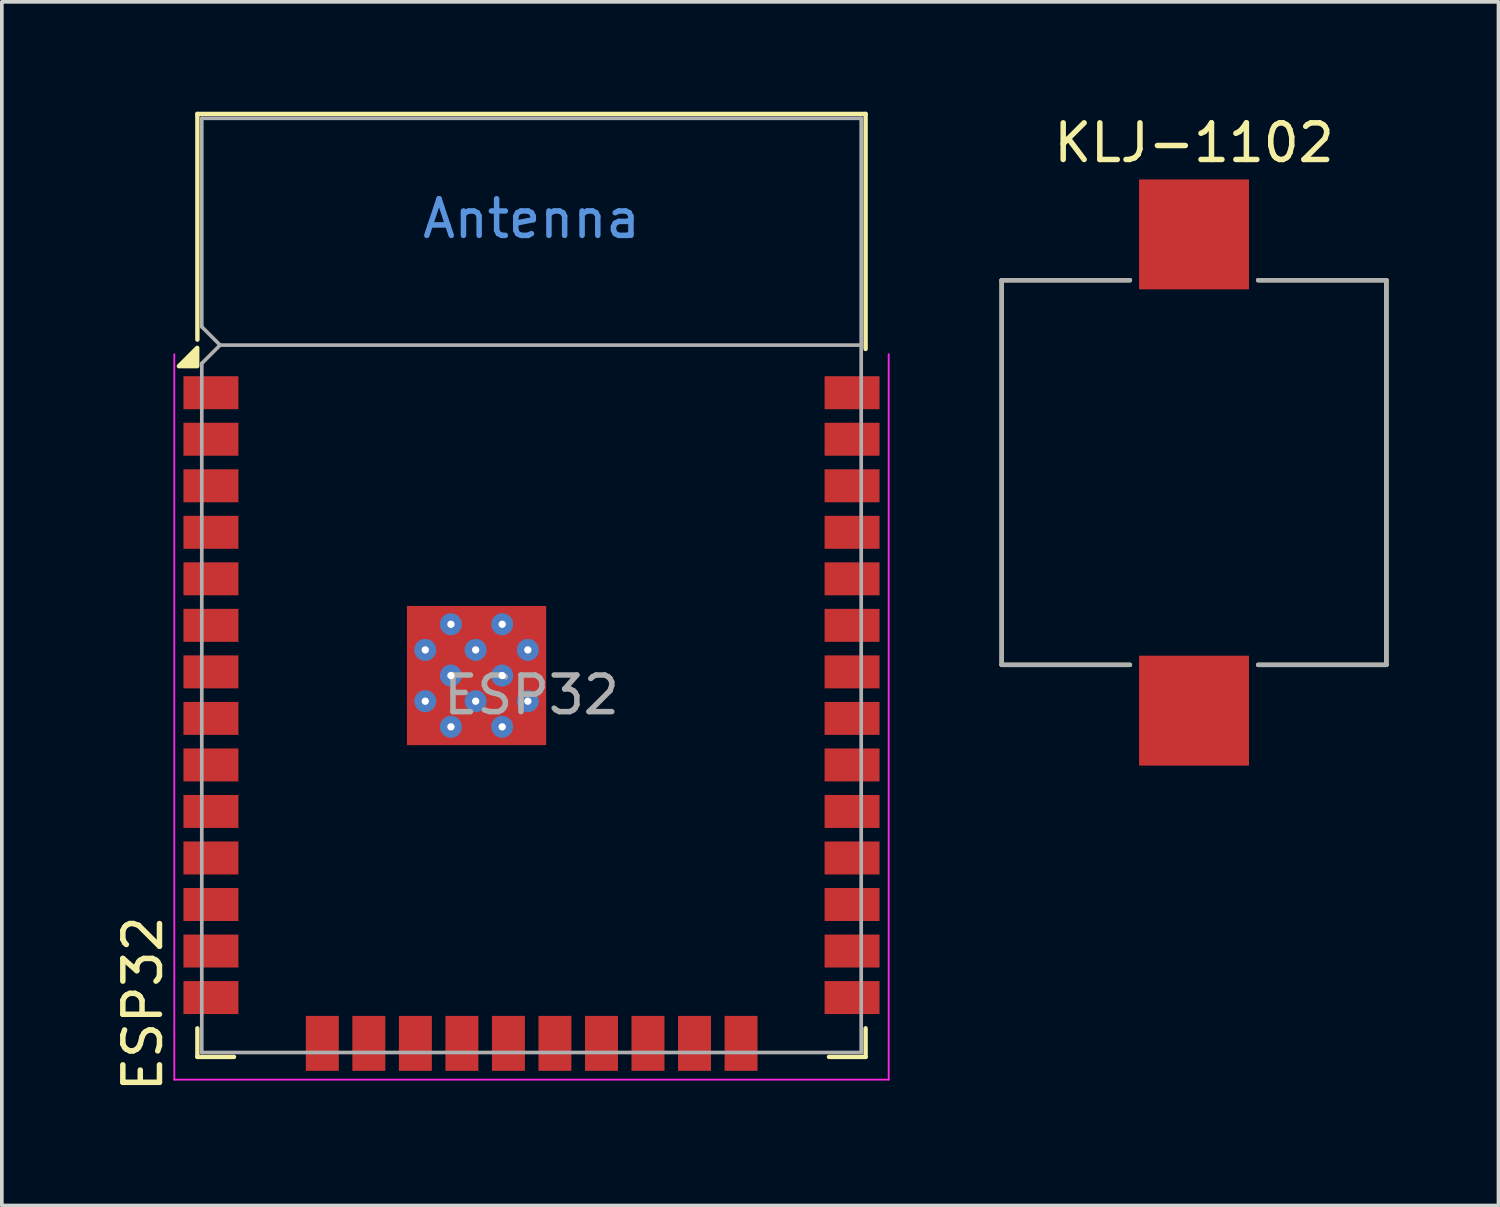
<source format=kicad_pcb>
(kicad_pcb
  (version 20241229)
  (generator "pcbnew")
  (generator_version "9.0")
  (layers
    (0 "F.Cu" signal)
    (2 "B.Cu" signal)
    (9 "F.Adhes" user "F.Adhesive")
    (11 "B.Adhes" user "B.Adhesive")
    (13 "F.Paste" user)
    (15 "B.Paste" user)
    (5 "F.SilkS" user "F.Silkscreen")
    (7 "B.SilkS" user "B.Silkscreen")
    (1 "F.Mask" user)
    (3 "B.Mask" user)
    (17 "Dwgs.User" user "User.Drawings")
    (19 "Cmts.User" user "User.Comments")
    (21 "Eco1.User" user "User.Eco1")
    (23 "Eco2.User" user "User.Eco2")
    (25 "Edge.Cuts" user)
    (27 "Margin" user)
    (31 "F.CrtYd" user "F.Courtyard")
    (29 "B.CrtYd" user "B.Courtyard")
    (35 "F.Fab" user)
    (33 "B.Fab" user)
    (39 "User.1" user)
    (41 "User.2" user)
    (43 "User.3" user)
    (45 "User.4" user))
  (footprint "ESP32"
    (layer "F.Cu")
    (at 11.458 15.92)
    (property "Reference" "ESP32" (at -10.61 8.43 90) (layer "F.SilkS") (effects (font (size 1 1) (thickness 0.15))))
    (attr smd)
    (fp_line (start -9.12 -15.86) (end -9.12 -9.7) (stroke (width 0.12) (type solid)) (layer "F.SilkS"))
    (fp_line (start -9.12 -15.86) (end 9.12 -15.86) (stroke (width 0.12) (type solid)) (layer "F.SilkS"))
    (fp_line (start -9.12 9.1) (end -9.12 9.88) (stroke (width 0.12) (type solid)) (layer "F.SilkS"))
    (fp_line (start -9.12 9.88) (end -8.12 9.88) (stroke (width 0.12) (type solid)) (layer "F.SilkS"))
    (fp_line (start 9.12 -15.86) (end 9.12 -9.445) (stroke (width 0.12) (type solid)) (layer "F.SilkS"))
    (fp_line (start 9.12 9.1) (end 9.12 9.88) (stroke (width 0.12) (type solid)) (layer "F.SilkS"))
    (fp_line (start 9.12 9.88) (end 8.12 9.88) (stroke (width 0.12) (type solid)) (layer "F.SilkS"))
    (fp_poly (pts (xy -9.125 -8.975) (xy -9.625 -8.975) (xy -9.125 -9.475) (xy -9.125 -8.975)) (stroke (width 0.12) (type solid)) (fill yes) (layer "F.SilkS"))
    (fp_line (start -9.75 10.5) (end -9.75 -9.3) (stroke (width 0.05) (type solid)) (layer "F.CrtYd"))
    (fp_line (start -9.75 10.5) (end 9.75 10.5) (stroke (width 0.05) (type solid)) (layer "F.CrtYd"))
    (fp_line (start 9.75 -9.3) (end 9.75 10.5) (stroke (width 0.05) (type solid)) (layer "F.CrtYd"))
    (fp_line (start -9 -15.74) (end -9 -10.05) (stroke (width 0.1) (type solid)) (layer "F.Fab"))
    (fp_line (start -9 -15.74) (end 9 -15.74) (stroke (width 0.1) (type solid)) (layer "F.Fab"))
    (fp_line (start -9 -9.05) (end -9 9.76) (stroke (width 0.1) (type solid)) (layer "F.Fab"))
    (fp_line (start -9 -9.05) (end -8.5 -9.55) (stroke (width 0.1) (type solid)) (layer "F.Fab"))
    (fp_line (start -9 9.76) (end 9 9.76) (stroke (width 0.1) (type solid)) (layer "F.Fab"))
    (fp_line (start -8.5 -9.55) (end -9 -10.05) (stroke (width 0.1) (type solid)) (layer "F.Fab"))
    (fp_line (start -8.5 -9.55) (end 9 -9.55) (stroke (width 0.1) (type solid)) (layer "F.Fab"))
    (fp_line (start 9 9.76) (end 9 -15.74) (stroke (width 0.1) (type solid)) (layer "F.Fab"))
    (fp_text user "Antenna" (at 0 -13 0) (layer "Cmts.User") (effects (font (size 1 1) (thickness 0.15))))
    (fp_text user "${REFERENCE}" (at 0 0 0) (layer "F.Fab") (effects (font (size 1 1) (thickness 0.15))))
    (pad "1" smd rect (at -8.75 -8.25) (size 1.5 0.9) (layers "F.Cu" "F.Mask" "F.Paste"))
    (pad "2" smd rect (at -8.75 -6.98) (size 1.5 0.9) (layers "F.Cu" "F.Mask" "F.Paste"))
    (pad "3" smd rect (at -8.75 -5.71) (size 1.5 0.9) (layers "F.Cu" "F.Mask" "F.Paste"))
    (pad "4" smd rect (at -8.75 -4.44) (size 1.5 0.9) (layers "F.Cu" "F.Mask" "F.Paste"))
    (pad "5" smd rect (at -8.75 -3.17) (size 1.5 0.9) (layers "F.Cu" "F.Mask" "F.Paste"))
    (pad "6" smd rect (at -8.75 -1.9) (size 1.5 0.9) (layers "F.Cu" "F.Mask" "F.Paste"))
    (pad "7" smd rect (at -8.75 -0.63) (size 1.5 0.9) (layers "F.Cu" "F.Mask" "F.Paste"))
    (pad "8" smd rect (at -8.75 0.64) (size 1.5 0.9) (layers "F.Cu" "F.Mask" "F.Paste"))
    (pad "9" smd rect (at -8.75 1.91) (size 1.5 0.9) (layers "F.Cu" "F.Mask" "F.Paste"))
    (pad "10" smd rect (at -8.75 3.18) (size 1.5 0.9) (layers "F.Cu" "F.Mask" "F.Paste"))
    (pad "11" smd rect (at -8.75 4.45) (size 1.5 0.9) (layers "F.Cu" "F.Mask" "F.Paste"))
    (pad "12" smd rect (at -8.75 5.72) (size 1.5 0.9) (layers "F.Cu" "F.Mask" "F.Paste"))
    (pad "13" smd rect (at -8.75 6.99) (size 1.5 0.9) (layers "F.Cu" "F.Mask" "F.Paste"))
    (pad "14" smd rect (at -8.75 8.26) (size 1.5 0.9) (layers "F.Cu" "F.Mask" "F.Paste"))
    (pad "15" smd rect (at -5.71 9.51 90) (size 1.5 0.9) (layers "F.Cu" "F.Mask" "F.Paste"))
    (pad "16" smd rect (at -4.44 9.51 90) (size 1.5 0.9) (layers "F.Cu" "F.Mask" "F.Paste"))
    (pad "17" smd rect (at -3.17 9.51 90) (size 1.5 0.9) (layers "F.Cu" "F.Mask" "F.Paste"))
    (pad "18" smd rect (at -1.9 9.51 90) (size 1.5 0.9) (layers "F.Cu" "F.Mask" "F.Paste"))
    (pad "19" smd rect (at -0.63 9.51 90) (size 1.5 0.9) (layers "F.Cu" "F.Mask" "F.Paste"))
    (pad "20" smd rect (at 0.64 9.51 90) (size 1.5 0.9) (layers "F.Cu" "F.Mask" "F.Paste"))
    (pad "21" smd rect (at 1.91 9.51 90) (size 1.5 0.9) (layers "F.Cu" "F.Mask" "F.Paste"))
    (pad "22" smd rect (at 3.18 9.51 90) (size 1.5 0.9) (layers "F.Cu" "F.Mask" "F.Paste"))
    (pad "23" smd rect (at 4.45 9.51 90) (size 1.5 0.9) (layers "F.Cu" "F.Mask" "F.Paste"))
    (pad "24" smd rect (at 5.72 9.51 90) (size 1.5 0.9) (layers "F.Cu" "F.Mask" "F.Paste"))
    (pad "25" smd rect (at 8.75 8.26) (size 1.5 0.9) (layers "F.Cu" "F.Mask" "F.Paste"))
    (pad "26" smd rect (at 8.75 6.99) (size 1.5 0.9) (layers "F.Cu" "F.Mask" "F.Paste"))
    (pad "27" smd rect (at 8.75 5.72) (size 1.5 0.9) (layers "F.Cu" "F.Mask" "F.Paste"))
    (pad "28" smd rect (at 8.75 4.45) (size 1.5 0.9) (layers "F.Cu" "F.Mask" "F.Paste"))
    (pad "29" smd rect (at 8.75 3.18) (size 1.5 0.9) (layers "F.Cu" "F.Mask" "F.Paste"))
    (pad "30" smd rect (at 8.75 1.91) (size 1.5 0.9) (layers "F.Cu" "F.Mask" "F.Paste"))
    (pad "31" smd rect (at 8.75 0.64) (size 1.5 0.9) (layers "F.Cu" "F.Mask" "F.Paste"))
    (pad "32" smd rect (at 8.75 -0.63) (size 1.5 0.9) (layers "F.Cu" "F.Mask" "F.Paste"))
    (pad "33" smd rect (at 8.75 -1.9) (size 1.5 0.9) (layers "F.Cu" "F.Mask" "F.Paste"))
    (pad "34" smd rect (at 8.75 -3.17) (size 1.5 0.9) (layers "F.Cu" "F.Mask" "F.Paste"))
    (pad "35" smd rect (at 8.75 -4.44) (size 1.5 0.9) (layers "F.Cu" "F.Mask" "F.Paste"))
    (pad "36" smd rect (at 8.75 -5.71) (size 1.5 0.9) (layers "F.Cu" "F.Mask" "F.Paste"))
    (pad "37" smd rect (at 8.75 -6.98) (size 1.5 0.9) (layers "F.Cu" "F.Mask" "F.Paste"))
    (pad "38" smd rect (at 8.75 -8.25) (size 1.5 0.9) (layers "F.Cu" "F.Mask" "F.Paste"))
    (pad "39" smd rect (at -2.9 -1.93) (size 0.9 0.9) (layers "F.Cu" "F.Paste"))
    (pad "39" thru_hole circle (at -2.9 -1.23) (size 0.6 0.6) (drill 0.2) (property pad_prop_heatsink) (layers "*.Cu" "F.Mask"))
    (pad "39" smd rect (at -2.9 -0.53) (size 0.9 0.9) (layers "F.Cu" "F.Paste"))
    (pad "39" thru_hole circle (at -2.9 0.17) (size 0.6 0.6) (drill 0.2) (property pad_prop_heatsink) (layers "*.Cu" "F.Mask"))
    (pad "39" smd rect (at -2.9 0.87) (size 0.9 0.9) (layers "F.Cu" "F.Paste"))
    (pad "39" thru_hole circle (at -2.2 -1.93) (size 0.6 0.6) (drill 0.2) (property pad_prop_heatsink) (layers "*.Cu" "F.Mask"))
    (pad "39" thru_hole circle (at -2.2 -0.53) (size 0.6 0.6) (drill 0.2) (property pad_prop_heatsink) (layers "*.Cu" "F.Mask"))
    (pad "39" thru_hole circle (at -2.2 0.87) (size 0.6 0.6) (drill 0.2) (property pad_prop_heatsink) (layers "*.Cu" "F.Mask"))
    (pad "39" thru_hole circle (at -1.525 -1.23) (size 0.6 0.6) (drill 0.2) (property pad_prop_heatsink) (layers "*.Cu" "F.Mask"))
    (pad "39" thru_hole circle (at -1.525 0.17) (size 0.6 0.6) (drill 0.2) (property pad_prop_heatsink) (layers "*.Cu" "F.Mask"))
    (pad "39" smd rect (at -1.5 -1.93) (size 0.9 0.9) (layers "F.Cu" "F.Paste"))
    (pad "39" smd rect (at -1.5 -0.53) (size 0.9 0.9) (layers "F.Cu" "F.Paste"))
    (pad "39" smd rect (at -1.5 -0.53) (size 3.8 3.8) (layers "F.Cu" "F.Mask"))
    (pad "39" smd rect (at -1.5 0.87) (size 0.9 0.9) (layers "F.Cu" "F.Paste"))
    (pad "39" thru_hole circle (at -0.8 -1.93) (size 0.6 0.6) (drill 0.2) (property pad_prop_heatsink) (layers "*.Cu" "F.Mask"))
    (pad "39" thru_hole circle (at -0.8 -0.53) (size 0.6 0.6) (drill 0.2) (property pad_prop_heatsink) (layers "*.Cu" "F.Mask"))
    (pad "39" thru_hole circle (at -0.8 0.87) (size 0.6 0.6) (drill 0.2) (property pad_prop_heatsink) (layers "*.Cu" "F.Mask"))
    (pad "39" smd rect (at -0.1 -1.93) (size 0.9 0.9) (layers "F.Cu" "F.Paste"))
    (pad "39" thru_hole circle (at -0.1 -1.23) (size 0.6 0.6) (drill 0.2) (property pad_prop_heatsink) (layers "*.Cu" "F.Mask"))
    (pad "39" smd rect (at -0.1 -0.53) (size 0.9 0.9) (layers "F.Cu" "F.Paste"))
    (pad "39" thru_hole circle (at -0.1 0.17) (size 0.6 0.6) (drill 0.2) (property pad_prop_heatsink) (layers "*.Cu" "F.Mask"))
    (pad "39" smd rect (at -0.1 0.87) (size 0.9 0.9) (layers "F.Cu" "F.Paste")))
  (footprint "KLJ-1102"
    (layer "F.Cu")
    (at 29.543 9.848)
    (property "Reference" "KLJ-1102" (at 0 -9 0) (unlocked yes) (layer "F.SilkS") (effects (font (size 1 1) (thickness 0.15))))
    (attr smd)
    (fp_line (start -5.25 -5.25) (end -5.25 5.25) (stroke (width 0.12) (type solid)) (layer "F.SilkS"))
    (fp_line (start -5.25 5.25) (end -1.75 5.25) (stroke (width 0.12) (type solid)) (layer "F.SilkS"))
    (fp_line (start -1.75 -5.25) (end -5.25 -5.25) (stroke (width 0.12) (type solid)) (layer "F.SilkS"))
    (fp_line (start 1.75 -5.25) (end 5.25 -5.25) (stroke (width 0.12) (type solid)) (layer "F.SilkS"))
    (fp_line (start 5.25 -5.25) (end 5.25 5.25) (stroke (width 0.12) (type solid)) (layer "F.SilkS"))
    (fp_line (start 5.25 5.25) (end 1.75 5.25) (stroke (width 0.12) (type solid)) (layer "F.SilkS"))
    (fp_line (start -5.25 -5.25) (end -5.25 5.25) (stroke (width 0.12) (type solid)) (layer "F.Fab"))
    (fp_line (start -5.25 5.25) (end -1.75 5.25) (stroke (width 0.12) (type solid)) (layer "F.Fab"))
    (fp_line (start -1.75 -5.25) (end -5.25 -5.25) (stroke (width 0.12) (type solid)) (layer "F.Fab"))
    (fp_line (start 1.75 -5.25) (end 5.25 -5.25) (stroke (width 0.12) (type solid)) (layer "F.Fab"))
    (fp_line (start 5.25 -5.25) (end 5.25 5.25) (stroke (width 0.12) (type solid)) (layer "F.Fab"))
    (fp_line (start 5.25 5.25) (end 1.75 5.25) (stroke (width 0.12) (type solid)) (layer "F.Fab"))
    (pad "1" smd rect (at 0 -6.5) (size 3 3) (layers "F.Cu" "F.Mask" "F.Paste"))
    (pad "2" smd rect (at 0 6.5) (size 3 3) (layers "F.Cu" "F.Mask" "F.Paste")))
  (gr_rect
    (start -3 -3)
    (end 37.853 29.856)
    (stroke (width 0.1) (type default))
    (fill no)
    (layer "Edge.Cuts")))
</source>
